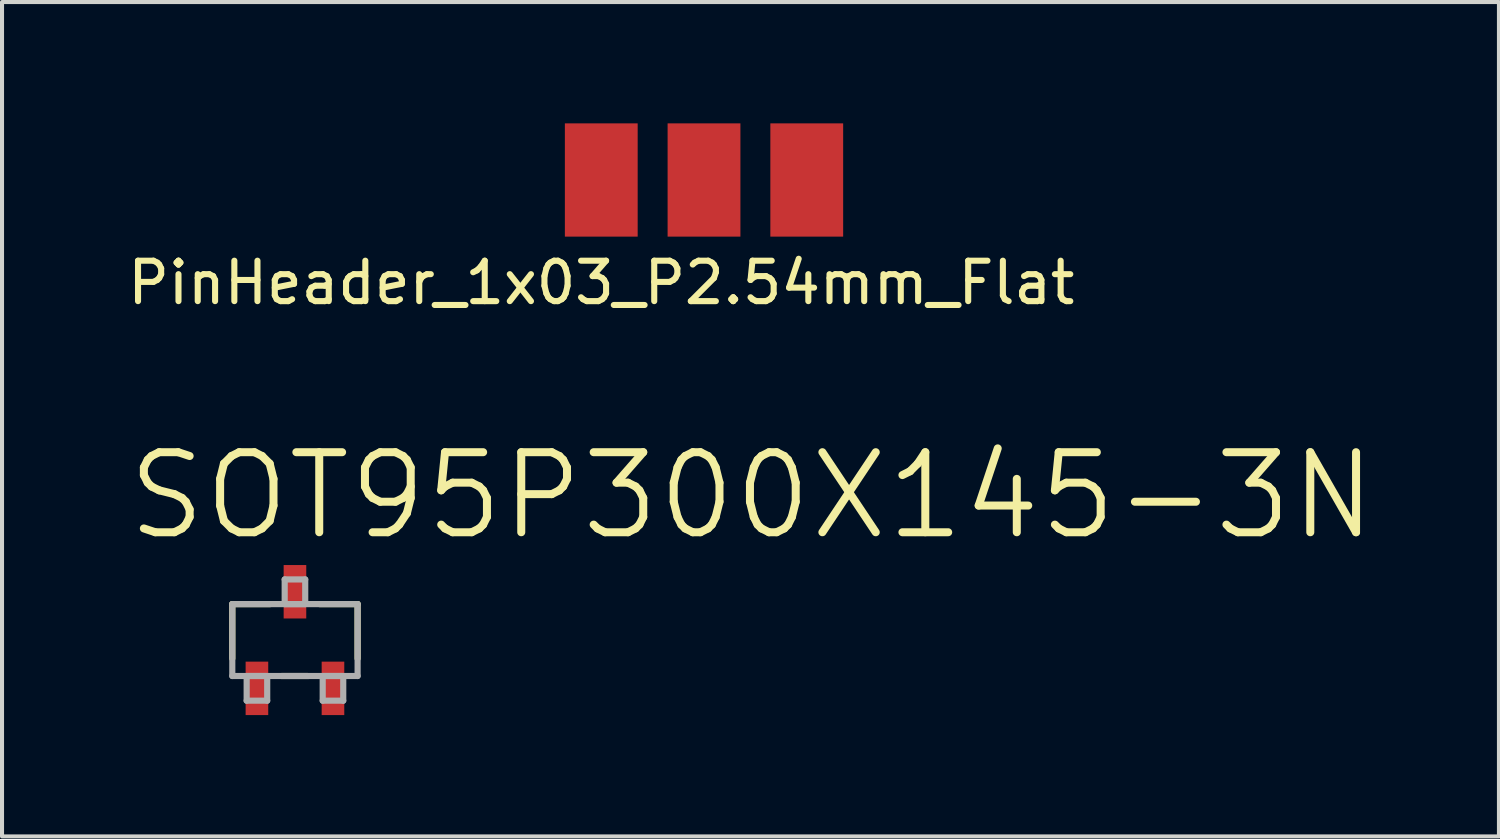
<source format=kicad_pcb>
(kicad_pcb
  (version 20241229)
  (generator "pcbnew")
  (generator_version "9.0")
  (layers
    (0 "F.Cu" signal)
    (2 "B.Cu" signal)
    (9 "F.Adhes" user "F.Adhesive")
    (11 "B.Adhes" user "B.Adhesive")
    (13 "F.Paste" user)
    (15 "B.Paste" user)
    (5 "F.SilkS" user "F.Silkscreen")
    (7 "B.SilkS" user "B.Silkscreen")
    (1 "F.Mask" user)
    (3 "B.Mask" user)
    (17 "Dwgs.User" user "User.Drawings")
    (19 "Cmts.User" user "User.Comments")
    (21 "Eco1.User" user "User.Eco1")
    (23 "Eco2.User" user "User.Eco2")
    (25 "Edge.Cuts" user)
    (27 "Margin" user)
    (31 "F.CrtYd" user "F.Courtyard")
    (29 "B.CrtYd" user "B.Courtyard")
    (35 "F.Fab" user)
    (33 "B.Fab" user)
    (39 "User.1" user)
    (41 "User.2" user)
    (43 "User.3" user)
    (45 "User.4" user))
  (footprint "SOT95P300X145-3N"
    (layer "F.Cu")
    (at 4.242 12.774)
    (property "Reference" "SOT95P300X145-3N" (at -4.242 -2.413 0) (layer "F.SilkS") (effects (font (size 1.979 1.979) (thickness 0.198)) (justify left bottom)))
    (attr through_hole)
    (fp_line (start -1.549 -0.889) (end -1.549 0.457) (stroke (width 0.152) (type solid)) (layer "F.SilkS"))
    (fp_line (start -0.61 -0.889) (end -1.549 -0.889) (stroke (width 0.152) (type solid)) (layer "F.SilkS"))
    (fp_line (start -0.33 0.889) (end 0.33 0.889) (stroke (width 0.152) (type solid)) (layer "F.SilkS"))
    (fp_line (start 1.549 -0.889) (end 0.61 -0.889) (stroke (width 0.152) (type solid)) (layer "F.SilkS"))
    (fp_line (start 1.549 0.457) (end 1.549 -0.889) (stroke (width 0.152) (type solid)) (layer "F.SilkS"))
    (fp_line (start -1.549 -0.889) (end -1.549 0.889) (stroke (width 0.152) (type solid)) (layer "F.Fab"))
    (fp_line (start -1.549 0.889) (end 1.549 0.889) (stroke (width 0.152) (type solid)) (layer "F.Fab"))
    (fp_line (start -1.194 0.889) (end -1.194 1.499) (stroke (width 0.152) (type solid)) (layer "F.Fab"))
    (fp_line (start -1.194 1.499) (end -0.686 1.499) (stroke (width 0.152) (type solid)) (layer "F.Fab"))
    (fp_line (start -0.686 0.889) (end -1.194 0.889) (stroke (width 0.152) (type solid)) (layer "F.Fab"))
    (fp_line (start -0.686 1.499) (end -0.686 0.889) (stroke (width 0.152) (type solid)) (layer "F.Fab"))
    (fp_line (start -0.254 -1.499) (end -0.254 -0.889) (stroke (width 0.152) (type solid)) (layer "F.Fab"))
    (fp_line (start -0.254 -0.889) (end 0.254 -0.889) (stroke (width 0.152) (type solid)) (layer "F.Fab"))
    (fp_line (start 0.254 -1.499) (end -0.254 -1.499) (stroke (width 0.152) (type solid)) (layer "F.Fab"))
    (fp_line (start 0.254 -0.889) (end 0.254 -1.499) (stroke (width 0.152) (type solid)) (layer "F.Fab"))
    (fp_line (start 0.686 0.889) (end 0.686 1.499) (stroke (width 0.152) (type solid)) (layer "F.Fab"))
    (fp_line (start 0.686 1.499) (end 1.194 1.499) (stroke (width 0.152) (type solid)) (layer "F.Fab"))
    (fp_line (start 1.194 0.889) (end 0.686 0.889) (stroke (width 0.152) (type solid)) (layer "F.Fab"))
    (fp_line (start 1.194 1.499) (end 1.194 0.889) (stroke (width 0.152) (type solid)) (layer "F.Fab"))
    (fp_line (start 1.549 -0.889) (end -1.549 -0.889) (stroke (width 0.152) (type solid)) (layer "F.Fab"))
    (fp_line (start 1.549 0.889) (end 1.549 -0.889) (stroke (width 0.152) (type solid)) (layer "F.Fab"))
    (pad "1" smd rect (at -0.94 1.194) (size 0.559 1.321) (layers "F.Cu" "F.Mask" "F.Paste"))
    (pad "2" smd rect (at 0.94 1.194) (size 0.559 1.321) (layers "F.Cu" "F.Mask" "F.Paste"))
    (pad "3" smd rect (at 0 -1.194) (size 0.559 1.321) (layers "F.Cu" "F.Mask" "F.Paste")))
  (footprint "PinHeader_1x03_P2.54mm_Flat"
    (layer "F.Cu")
    (at 11.815 1.4)
    (property "Reference" "PinHeader_1x03_P2.54mm_Flat" (at 0 2.54 0) (layer "F.SilkS") (effects (font (size 1 1) (thickness 0.15))))
    (attr through_hole)
    (pad "1" smd rect (at 0 0) (size 1.8 2.8) (layers "F.Cu" "F.Mask"))
    (pad "2" smd rect (at 2.54 0) (size 1.8 2.8) (layers "F.Cu" "F.Mask"))
    (pad "3" smd rect (at 5.08 0) (size 1.8 2.8) (layers "F.Cu" "F.Mask")))
  (gr_rect
    (start -3 -3)
    (end 34.008 17.628)
    (stroke (width 0.1) (type default))
    (fill no)
    (layer "Edge.Cuts")))
</source>
